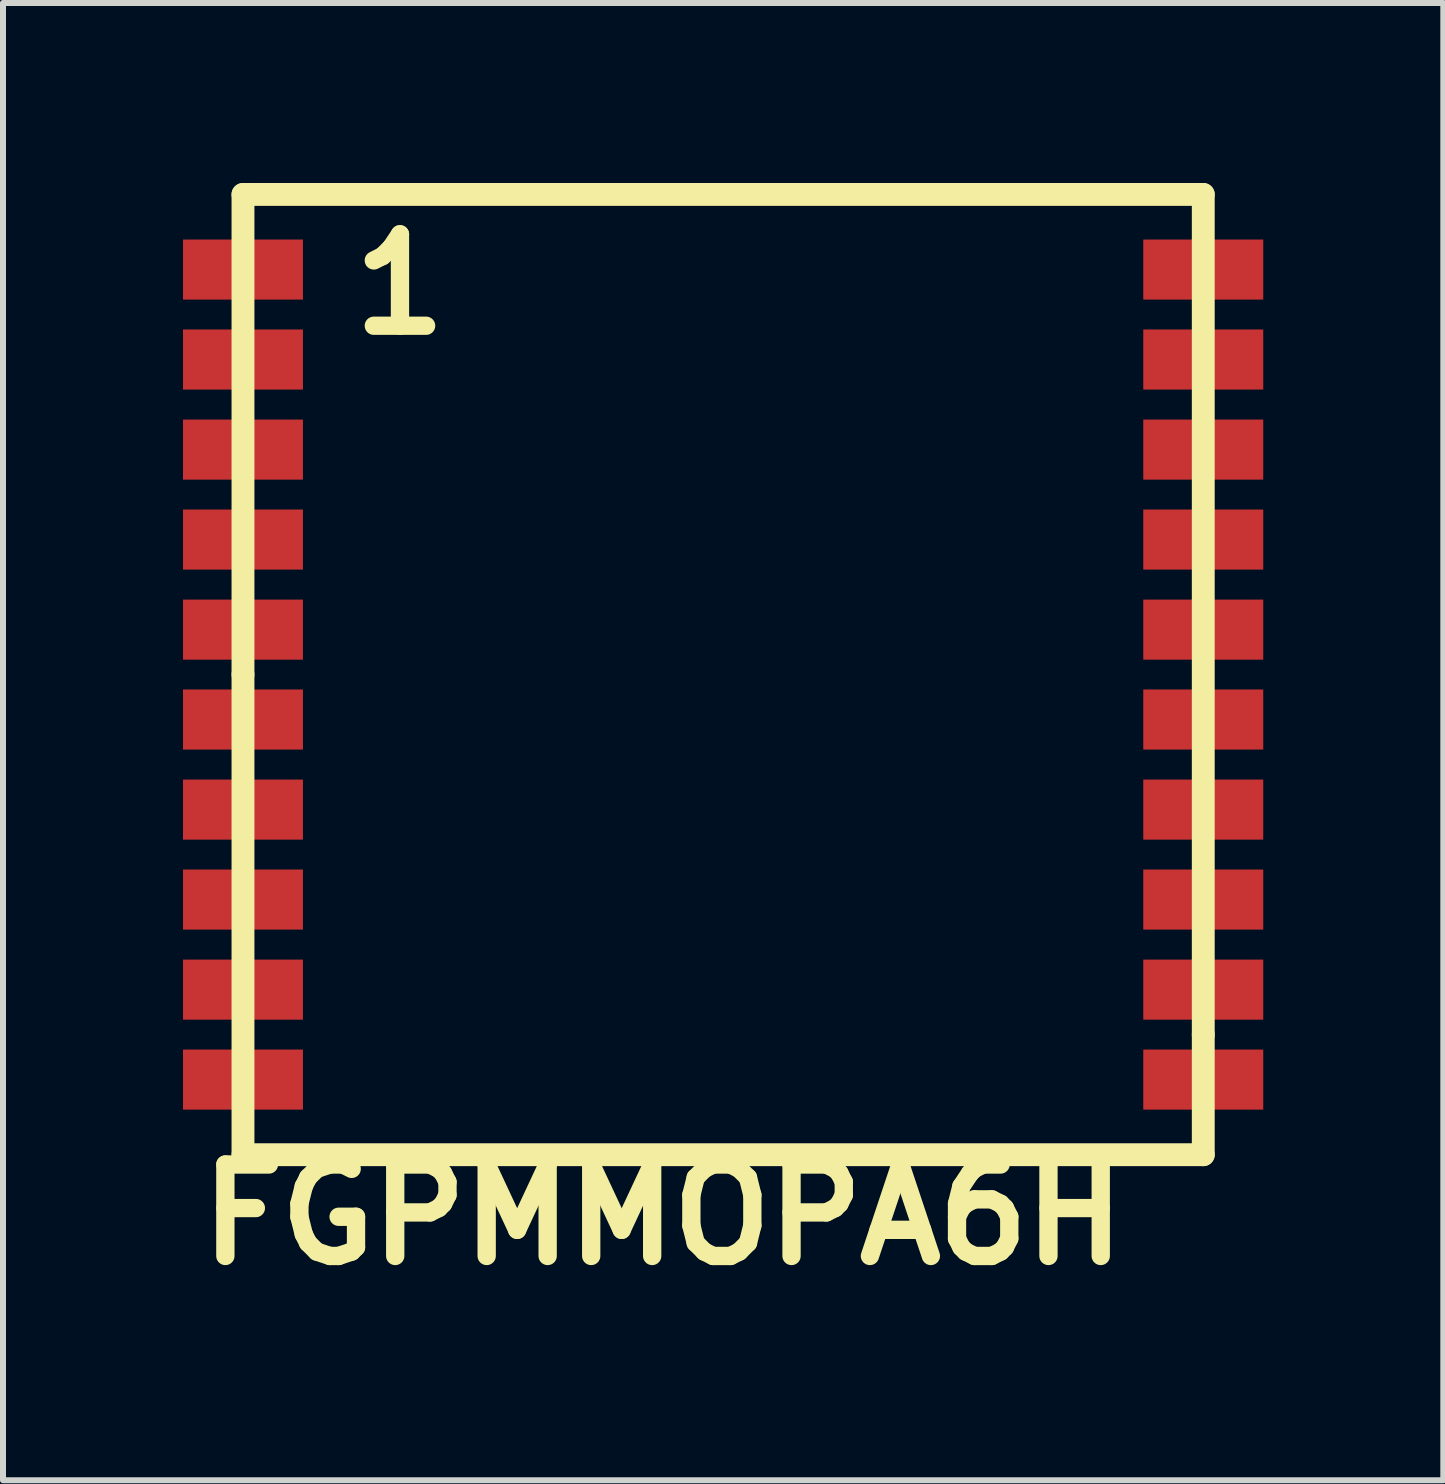
<source format=kicad_pcb>
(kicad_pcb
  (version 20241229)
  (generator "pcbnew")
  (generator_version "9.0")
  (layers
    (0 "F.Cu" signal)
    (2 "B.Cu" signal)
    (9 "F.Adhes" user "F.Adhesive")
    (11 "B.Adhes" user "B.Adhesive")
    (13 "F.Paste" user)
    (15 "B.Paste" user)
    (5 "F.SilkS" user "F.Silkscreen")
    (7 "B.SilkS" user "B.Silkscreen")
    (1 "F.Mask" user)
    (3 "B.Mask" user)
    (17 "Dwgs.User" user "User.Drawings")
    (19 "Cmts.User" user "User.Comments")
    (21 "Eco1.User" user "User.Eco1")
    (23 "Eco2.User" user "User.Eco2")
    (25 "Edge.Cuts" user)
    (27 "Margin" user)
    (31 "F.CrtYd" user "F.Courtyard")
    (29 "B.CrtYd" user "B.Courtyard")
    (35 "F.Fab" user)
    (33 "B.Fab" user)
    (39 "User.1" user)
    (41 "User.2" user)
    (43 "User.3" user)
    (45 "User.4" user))
  (footprint "FGPMMOPA6H"
    (layer "F.Cu")
    (at 9 8.191)
    (property "Reference" "FGPMMOPA6H" (at -1.001 8.999 0) (layer "F.SilkS") (effects (font (size 1.524 1.524) (thickness 0.305))))
    (attr through_hole)
    (fp_line (start -8.001 -8.001) (end 8.001 -8.001) (stroke (width 0.381) (type solid)) (layer "F.SilkS"))
    (fp_line (start -8.001 0) (end -8.001 -8.001) (stroke (width 0.381) (type solid)) (layer "F.SilkS"))
    (fp_line (start -8.001 8.001) (end -8.001 0) (stroke (width 0.381) (type solid)) (layer "F.SilkS"))
    (fp_line (start 8.001 -8.001) (end 8.001 5.999) (stroke (width 0.381) (type solid)) (layer "F.SilkS"))
    (fp_line (start 8.001 5.999) (end 8.001 8.001) (stroke (width 0.381) (type solid)) (layer "F.SilkS"))
    (fp_line (start 8.001 8.001) (end -8.001 8.001) (stroke (width 0.381) (type solid)) (layer "F.SilkS"))
    (fp_text user "1" (at -5.385 -6.502 0) (layer "F.SilkS") (effects (font (size 1.524 1.524) (thickness 0.305))))
    (pad "1" smd rect (at -8.001 -6.749) (size 1.999 1.001) (layers "F.Cu" "F.Mask" "F.Paste"))
    (pad "2" smd rect (at -8.001 -5.25) (size 1.999 1.001) (layers "F.Cu" "F.Mask" "F.Paste"))
    (pad "3" smd rect (at -8.001 -3.749) (size 1.999 1.001) (layers "F.Cu" "F.Mask" "F.Paste"))
    (pad "4" smd rect (at -8.001 -2.25) (size 1.999 1.001) (layers "F.Cu" "F.Mask" "F.Paste"))
    (pad "5" smd rect (at -8.001 -0.749) (size 1.999 1.001) (layers "F.Cu" "F.Mask" "F.Paste"))
    (pad "6" smd rect (at -8.001 0.749) (size 1.999 1.001) (layers "F.Cu" "F.Mask" "F.Paste"))
    (pad "7" smd rect (at -8.001 2.25) (size 1.999 1.001) (layers "F.Cu" "F.Mask" "F.Paste"))
    (pad "8" smd rect (at -8.001 3.749) (size 1.999 1.001) (layers "F.Cu" "F.Mask" "F.Paste"))
    (pad "9" smd rect (at -8.001 5.25) (size 1.999 1.001) (layers "F.Cu" "F.Mask" "F.Paste"))
    (pad "10" smd rect (at -8.001 6.749) (size 1.999 1.001) (layers "F.Cu" "F.Mask" "F.Paste"))
    (pad "11" smd rect (at 8.001 6.749) (size 1.999 1.001) (layers "F.Cu" "F.Mask" "F.Paste"))
    (pad "12" smd rect (at 8.001 5.25) (size 1.999 1.001) (layers "F.Cu" "F.Mask" "F.Paste"))
    (pad "13" smd rect (at 8.001 3.749) (size 1.999 1.001) (layers "F.Cu" "F.Mask" "F.Paste"))
    (pad "14" smd rect (at 8.001 2.25) (size 1.999 1.001) (layers "F.Cu" "F.Mask" "F.Paste"))
    (pad "15" smd rect (at 8.001 0.749) (size 1.999 1.001) (layers "F.Cu" "F.Mask" "F.Paste"))
    (pad "16" smd rect (at 8.001 -0.749) (size 1.999 1.001) (layers "F.Cu" "F.Mask" "F.Paste"))
    (pad "17" smd rect (at 8.001 -2.25) (size 1.999 1.001) (layers "F.Cu" "F.Mask" "F.Paste"))
    (pad "18" smd rect (at 8.001 -3.749) (size 1.999 1.001) (layers "F.Cu" "F.Mask" "F.Paste"))
    (pad "19" smd rect (at 8.001 -5.25) (size 1.999 1.001) (layers "F.Cu" "F.Mask" "F.Paste"))
    (pad "20" smd rect (at 8.001 -6.749) (size 1.999 1.001) (layers "F.Cu" "F.Mask" "F.Paste")))
  (gr_rect
    (start -3 -3)
    (end 21.001 21.617)
    (stroke (width 0.1) (type default))
    (fill no)
    (layer "Edge.Cuts")))
</source>
